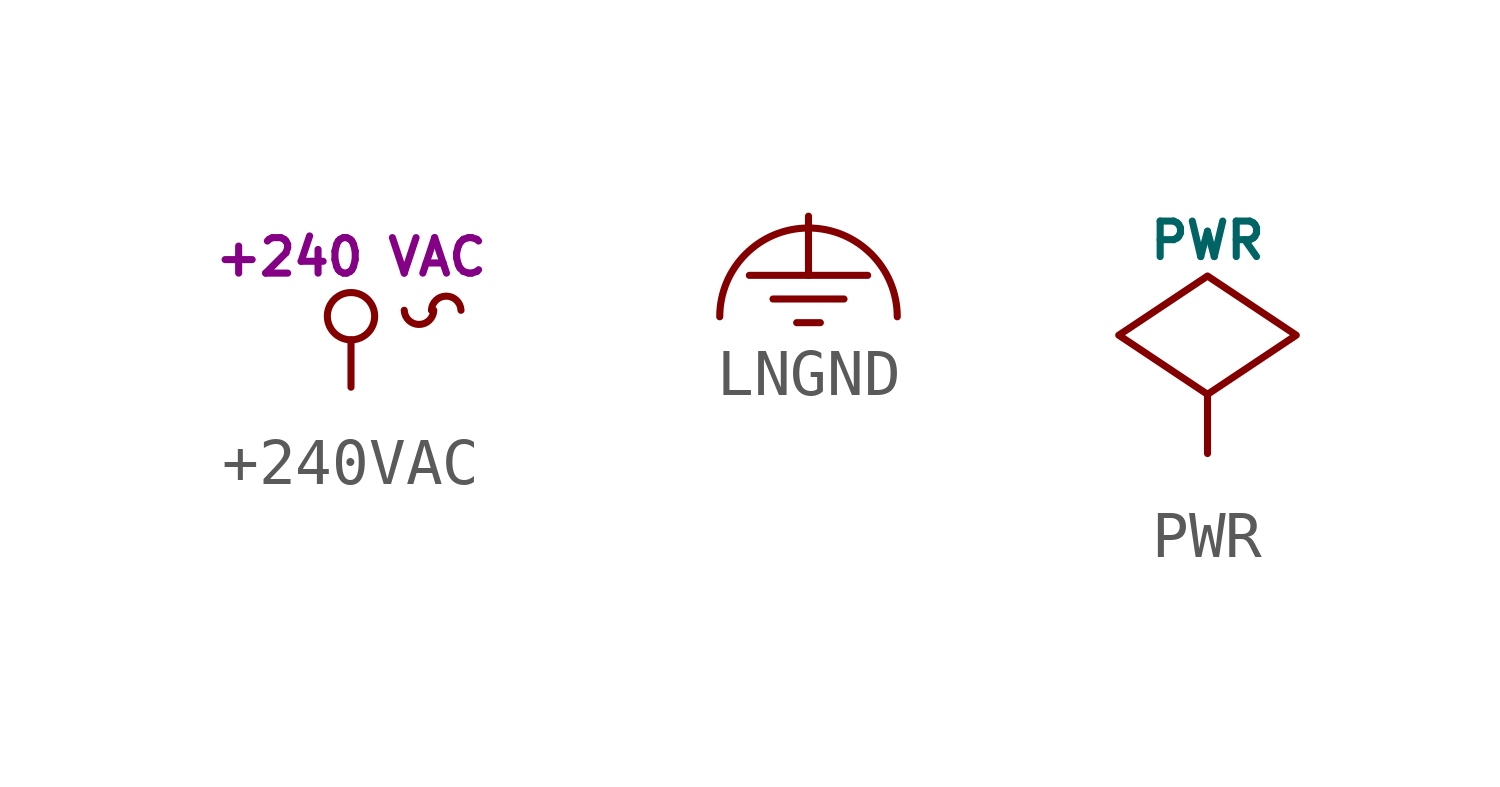
<source format=kicad_sym>
(kicad_symbol_lib
  (version 20211014)
  (generator kicad_symbol_editor)
  (symbol "+240VAC"
    (power)
    (pin_numbers hide)
    (pin_names
      (offset 0))
    (property "Reference" "#PWR"
      (at 0 3.556 0)
      (effects (font (size 0.508 0.508)) hide))
    (property "Footprint" ""
      (at 0 0 0)
      (effects (font (size 1.524 1.524))))
    (property "Datasheet" ""
      (at 0 3.556 0)
      (effects (font (size 1.524 1.524))))
    (property "Unit" "+240 VAC"
      (at 0 2.794 0)
      (effects (font (size 0.762 0.762))))
    (symbol "+240VAC_0_0"
      (polyline (pts (xy 0 0) (xy 0 1.016) (xy 0 1.016)) (stroke (width 0) (type default) (color 0 0 0 0)) (fill (type none)))
      (pin power_in line (at 0 0 90) (length 0) hide (name "+240VAC" (effects (font (size 0.635 0.635)))) (number "1" (effects (font (size 0.635 0.635))))))
    (symbol "+240VAC_0_1"
      (circle (center 0 1.524) (radius 0.508) (stroke (width 0) (type default) (color 0 0 0 0)) (fill (type none)))
      (arc (start 1.143 1.651) (mid 1.4478 1.3462) (end 1.778 1.651) (stroke (width 0) (type default) (color 0 0 0 0)) (fill (type none)))
      (arc (start 2.3622 1.651) (mid 2.0574 1.9558) (end 1.7272 1.651) (stroke (width 0) (type default) (color 0 0 0 0)) (fill (type none)))))
  (symbol "LNGND"
    (power)
    (pin_numbers hide)
    (pin_names
      (offset 0))
    (property "Reference" "#PWR"
      (at 0 1.143 0)
      (effects (font (size 0.508 0.508)) hide))
    (property "Footprint" ""
      (at 0 0 0)
      (effects (font (size 1.524 1.524))))
    (property "Datasheet" ""
      (at 0 0 0)
      (effects (font (size 1.524 1.524))))
    (symbol "LNGND_0_0"
      (pin power_in line (at 0 0 90) (length 0) hide (name "LNGND" (effects (font (size 0.635 0.635)))) (number "~" (effects (font (size 0.635 0.635))))))
    (symbol "LNGND_0_1"
      (polyline (pts (xy -1.27 -1.27) (xy 1.27 -1.27)) (stroke (width 0) (type default) (color 0 0 0 0)) (fill (type none)))
      (polyline (pts (xy -0.762 -1.778) (xy 0.762 -1.778)) (stroke (width 0) (type default) (color 0 0 0 0)) (fill (type none)))
      (polyline (pts (xy -0.254 -2.286) (xy 0.254 -2.286)) (stroke (width 0) (type default) (color 0 0 0 0)) (fill (type none)))
      (polyline (pts (xy 0 -1.27) (xy 0 0)) (stroke (width 0) (type default) (color 0 0 0 0)) (fill (type none)))
      (arc (start 1.905 -2.159) (mid 0 -0.254) (end -1.905 -2.159) (stroke (width 0) (type default) (color 0 0 0 0)) (fill (type none)))))
  (symbol "PWR"
    (power)
    (pin_numbers hide)
    (pin_names
      (offset 0))
    (property "Reference" "#FLG"
      (at 0 5.842 0)
      (effects (font (size 0.508 0.508)) hide))
    (property "Value" "PWR"
      (at 0 4.572 0)
      (effects (font (size 0.762 0.762))))
    (property "Footprint" ""
      (at 0 0 0)
      (effects (font (size 1.524 1.524))))
    (property "Datasheet" ""
      (at 0 0 0)
      (effects (font (size 1.524 1.524))))
    (symbol "PWR_0_0"
      (pin power_out line (at 0 0 90) (length 0) hide (name "pwr" (effects (font (size 0.635 0.635)))) (number "1" (effects (font (size 0.635 0.635))))))
    (symbol "PWR_0_1"
      (polyline (pts (xy 0 0) (xy 0 1.27)) (stroke (width 0) (type default) (color 0 0 0 0)) (fill (type none)))
      (polyline (pts (xy -1.905 2.54) (xy 0 3.81) (xy 1.905 2.54) (xy 0 1.27) (xy -1.905 2.54)) (stroke (width 0) (type default) (color 0 0 0 0)) (fill (type none))))))
</source>
